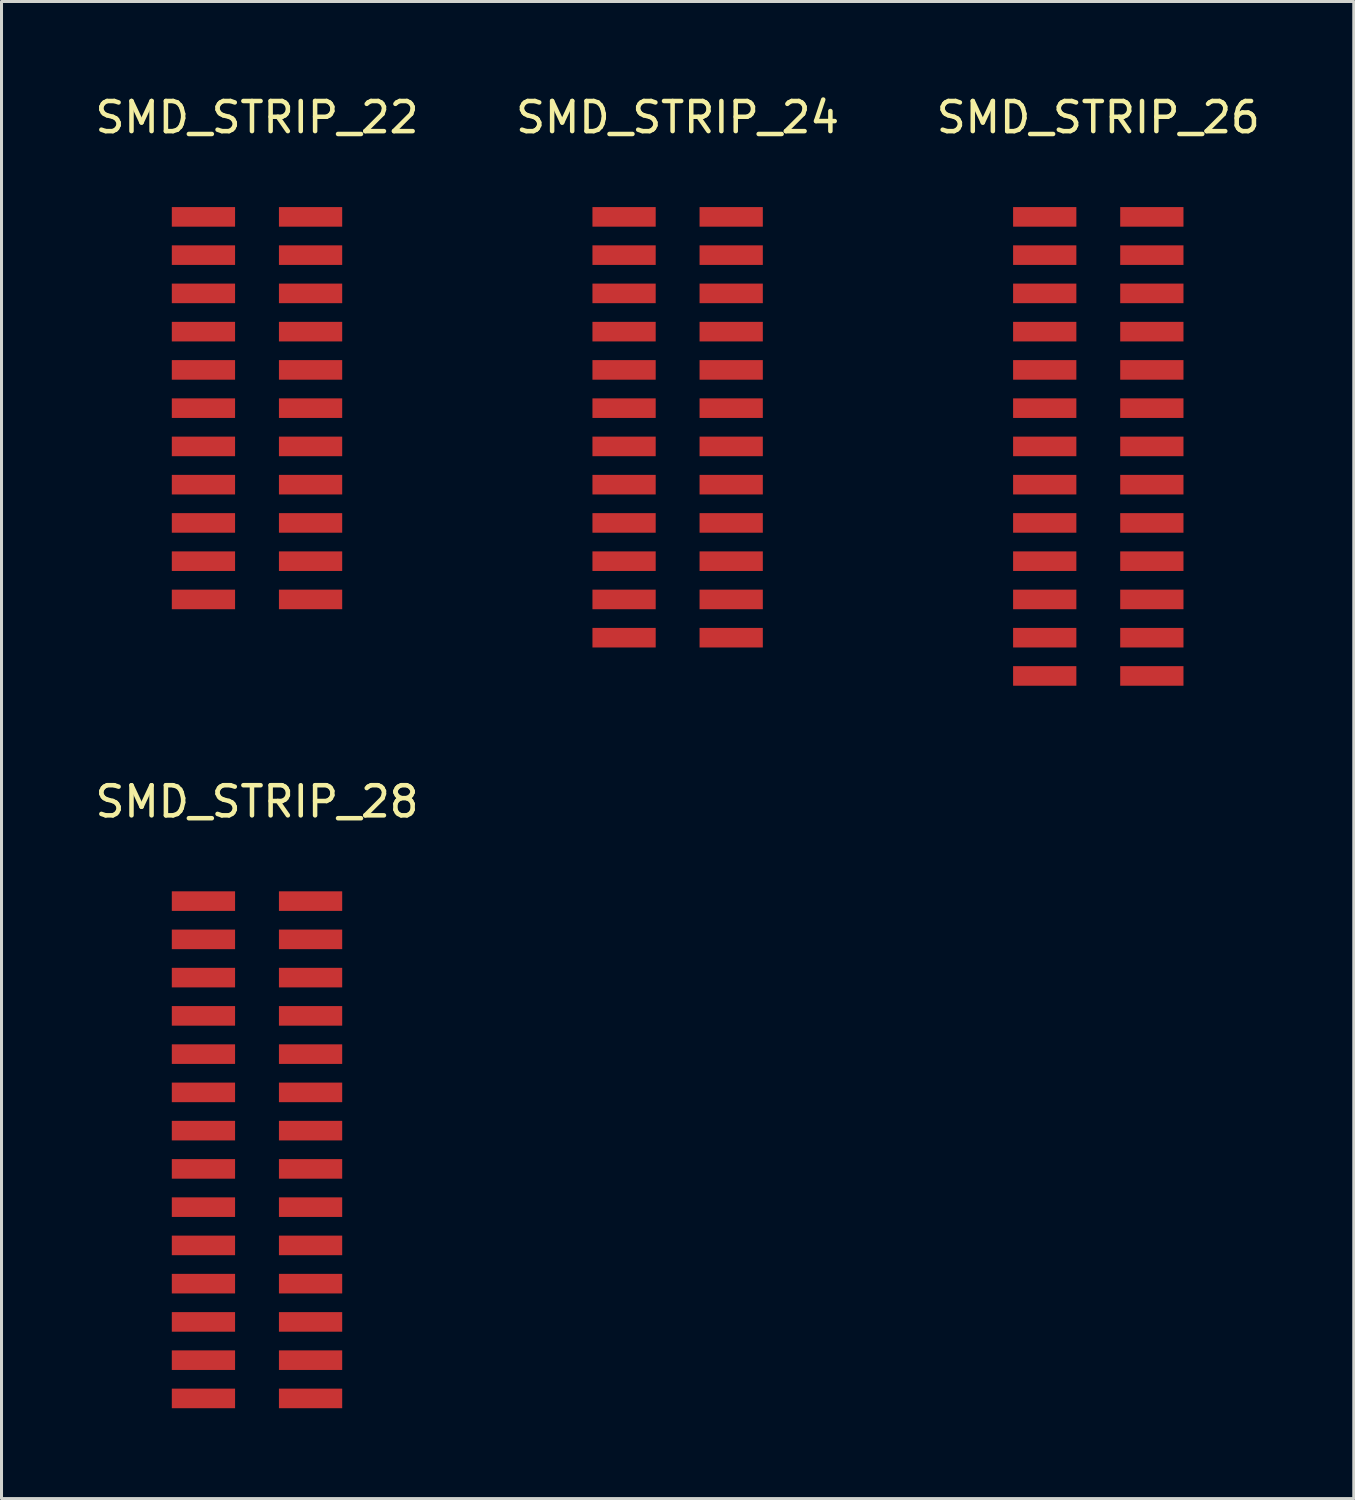
<source format=kicad_pcb>
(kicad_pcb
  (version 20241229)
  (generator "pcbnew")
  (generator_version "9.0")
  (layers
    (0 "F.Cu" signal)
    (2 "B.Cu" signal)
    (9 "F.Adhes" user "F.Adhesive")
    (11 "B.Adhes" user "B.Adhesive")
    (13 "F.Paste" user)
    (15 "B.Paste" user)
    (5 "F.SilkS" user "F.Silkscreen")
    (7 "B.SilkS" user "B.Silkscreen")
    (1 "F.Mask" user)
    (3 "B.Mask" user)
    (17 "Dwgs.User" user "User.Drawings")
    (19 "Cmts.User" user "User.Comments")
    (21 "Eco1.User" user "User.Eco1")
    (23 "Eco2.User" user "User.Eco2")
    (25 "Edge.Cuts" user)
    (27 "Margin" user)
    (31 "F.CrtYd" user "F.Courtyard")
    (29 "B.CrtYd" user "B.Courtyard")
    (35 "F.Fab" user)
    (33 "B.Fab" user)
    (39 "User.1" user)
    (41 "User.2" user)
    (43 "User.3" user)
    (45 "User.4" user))
  (footprint "SMD_STRIP_28"
    (layer "F.Cu")
    (at 5.482 33.215)
    (property "Reference" "SMD_STRIP_28" (at 0 -9.652 0) (layer "F.SilkS") (effects (font (size 1 1) (thickness 0.15))))
    (attr through_hole)
    (pad "1" smd rect (at -1.778 -6.35) (size 2.1 0.65) (layers "F.Cu" "F.Mask" "F.Paste"))
    (pad "2" smd rect (at 1.778 -6.35) (size 2.1 0.65) (layers "F.Cu" "F.Mask" "F.Paste"))
    (pad "3" smd rect (at -1.778 -5.08) (size 2.1 0.65) (layers "F.Cu" "F.Mask" "F.Paste"))
    (pad "4" smd rect (at 1.778 -5.08) (size 2.1 0.65) (layers "F.Cu" "F.Mask" "F.Paste"))
    (pad "5" smd rect (at -1.778 -3.81) (size 2.1 0.65) (layers "F.Cu" "F.Mask" "F.Paste"))
    (pad "6" smd rect (at 1.778 -3.81) (size 2.1 0.65) (layers "F.Cu" "F.Mask" "F.Paste"))
    (pad "7" smd rect (at -1.778 -2.54) (size 2.1 0.65) (layers "F.Cu" "F.Mask" "F.Paste"))
    (pad "8" smd rect (at 1.778 -2.54) (size 2.1 0.65) (layers "F.Cu" "F.Mask" "F.Paste"))
    (pad "9" smd rect (at -1.778 -1.27) (size 2.1 0.65) (layers "F.Cu" "F.Mask" "F.Paste"))
    (pad "10" smd rect (at 1.778 -1.27) (size 2.1 0.65) (layers "F.Cu" "F.Mask" "F.Paste"))
    (pad "11" smd rect (at -1.778 0) (size 2.1 0.65) (layers "F.Cu" "F.Mask" "F.Paste"))
    (pad "12" smd rect (at 1.778 0) (size 2.1 0.65) (layers "F.Cu" "F.Mask" "F.Paste"))
    (pad "13" smd rect (at -1.778 1.27) (size 2.1 0.65) (layers "F.Cu" "F.Mask" "F.Paste"))
    (pad "14" smd rect (at 1.778 1.27) (size 2.1 0.65) (layers "F.Cu" "F.Mask" "F.Paste"))
    (pad "15" smd rect (at -1.778 2.54) (size 2.1 0.65) (layers "F.Cu" "F.Mask" "F.Paste"))
    (pad "16" smd rect (at 1.778 2.54) (size 2.1 0.65) (layers "F.Cu" "F.Mask" "F.Paste"))
    (pad "17" smd rect (at -1.778 3.81) (size 2.1 0.65) (layers "F.Cu" "F.Mask" "F.Paste"))
    (pad "18" smd rect (at 1.778 3.81) (size 2.1 0.65) (layers "F.Cu" "F.Mask" "F.Paste"))
    (pad "19" smd rect (at -1.778 5.08) (size 2.1 0.65) (layers "F.Cu" "F.Mask" "F.Paste"))
    (pad "20" smd rect (at 1.778 5.08) (size 2.1 0.65) (layers "F.Cu" "F.Mask" "F.Paste"))
    (pad "21" smd rect (at -1.778 6.35) (size 2.1 0.65) (layers "F.Cu" "F.Mask" "F.Paste"))
    (pad "22" smd rect (at 1.778 6.35) (size 2.1 0.65) (layers "F.Cu" "F.Mask" "F.Paste"))
    (pad "23" smd rect (at -1.778 7.62) (size 2.1 0.65) (layers "F.Cu" "F.Mask" "F.Paste"))
    (pad "24" smd rect (at 1.778 7.62) (size 2.1 0.65) (layers "F.Cu" "F.Mask" "F.Paste"))
    (pad "25" smd rect (at -1.778 8.89) (size 2.1 0.65) (layers "F.Cu" "F.Mask" "F.Paste"))
    (pad "26" smd rect (at 1.778 8.89) (size 2.1 0.65) (layers "F.Cu" "F.Mask" "F.Paste"))
    (pad "27" smd rect (at -1.778 10.16) (size 2.1 0.65) (layers "F.Cu" "F.Mask" "F.Paste"))
    (pad "28" smd rect (at 1.778 10.16) (size 2.1 0.65) (layers "F.Cu" "F.Mask" "F.Paste")))
  (footprint "SMD_STRIP_22"
    (layer "F.Cu")
    (at 5.482 10.5)
    (property "Reference" "SMD_STRIP_22" (at 0 -9.652 0) (layer "F.SilkS") (effects (font (size 1 1) (thickness 0.15))))
    (attr through_hole)
    (pad "1" smd rect (at -1.778 -6.35) (size 2.1 0.65) (layers "F.Cu" "F.Mask" "F.Paste"))
    (pad "2" smd rect (at 1.778 -6.35) (size 2.1 0.65) (layers "F.Cu" "F.Mask" "F.Paste"))
    (pad "3" smd rect (at -1.778 -5.08) (size 2.1 0.65) (layers "F.Cu" "F.Mask" "F.Paste"))
    (pad "4" smd rect (at 1.778 -5.08) (size 2.1 0.65) (layers "F.Cu" "F.Mask" "F.Paste"))
    (pad "5" smd rect (at -1.778 -3.81) (size 2.1 0.65) (layers "F.Cu" "F.Mask" "F.Paste"))
    (pad "6" smd rect (at 1.778 -3.81) (size 2.1 0.65) (layers "F.Cu" "F.Mask" "F.Paste"))
    (pad "7" smd rect (at -1.778 -2.54) (size 2.1 0.65) (layers "F.Cu" "F.Mask" "F.Paste"))
    (pad "8" smd rect (at 1.778 -2.54) (size 2.1 0.65) (layers "F.Cu" "F.Mask" "F.Paste"))
    (pad "9" smd rect (at -1.778 -1.27) (size 2.1 0.65) (layers "F.Cu" "F.Mask" "F.Paste"))
    (pad "10" smd rect (at 1.778 -1.27) (size 2.1 0.65) (layers "F.Cu" "F.Mask" "F.Paste"))
    (pad "11" smd rect (at -1.778 0) (size 2.1 0.65) (layers "F.Cu" "F.Mask" "F.Paste"))
    (pad "12" smd rect (at 1.778 0) (size 2.1 0.65) (layers "F.Cu" "F.Mask" "F.Paste"))
    (pad "13" smd rect (at -1.778 1.27) (size 2.1 0.65) (layers "F.Cu" "F.Mask" "F.Paste"))
    (pad "14" smd rect (at 1.778 1.27) (size 2.1 0.65) (layers "F.Cu" "F.Mask" "F.Paste"))
    (pad "15" smd rect (at -1.778 2.54) (size 2.1 0.65) (layers "F.Cu" "F.Mask" "F.Paste"))
    (pad "16" smd rect (at 1.778 2.54) (size 2.1 0.65) (layers "F.Cu" "F.Mask" "F.Paste"))
    (pad "17" smd rect (at -1.778 3.81) (size 2.1 0.65) (layers "F.Cu" "F.Mask" "F.Paste"))
    (pad "18" smd rect (at 1.778 3.81) (size 2.1 0.65) (layers "F.Cu" "F.Mask" "F.Paste"))
    (pad "19" smd rect (at -1.778 5.08) (size 2.1 0.65) (layers "F.Cu" "F.Mask" "F.Paste"))
    (pad "20" smd rect (at 1.778 5.08) (size 2.1 0.65) (layers "F.Cu" "F.Mask" "F.Paste"))
    (pad "21" smd rect (at -1.778 6.35) (size 2.1 0.65) (layers "F.Cu" "F.Mask" "F.Paste"))
    (pad "22" smd rect (at 1.778 6.35) (size 2.1 0.65) (layers "F.Cu" "F.Mask" "F.Paste")))
  (footprint "SMD_STRIP_24"
    (layer "F.Cu")
    (at 19.446 10.5)
    (property "Reference" "SMD_STRIP_24" (at 0 -9.652 0) (layer "F.SilkS") (effects (font (size 1 1) (thickness 0.15))))
    (attr through_hole)
    (pad "1" smd rect (at -1.778 -6.35) (size 2.1 0.65) (layers "F.Cu" "F.Mask" "F.Paste"))
    (pad "2" smd rect (at 1.778 -6.35) (size 2.1 0.65) (layers "F.Cu" "F.Mask" "F.Paste"))
    (pad "3" smd rect (at -1.778 -5.08) (size 2.1 0.65) (layers "F.Cu" "F.Mask" "F.Paste"))
    (pad "4" smd rect (at 1.778 -5.08) (size 2.1 0.65) (layers "F.Cu" "F.Mask" "F.Paste"))
    (pad "5" smd rect (at -1.778 -3.81) (size 2.1 0.65) (layers "F.Cu" "F.Mask" "F.Paste"))
    (pad "6" smd rect (at 1.778 -3.81) (size 2.1 0.65) (layers "F.Cu" "F.Mask" "F.Paste"))
    (pad "7" smd rect (at -1.778 -2.54) (size 2.1 0.65) (layers "F.Cu" "F.Mask" "F.Paste"))
    (pad "8" smd rect (at 1.778 -2.54) (size 2.1 0.65) (layers "F.Cu" "F.Mask" "F.Paste"))
    (pad "9" smd rect (at -1.778 -1.27) (size 2.1 0.65) (layers "F.Cu" "F.Mask" "F.Paste"))
    (pad "10" smd rect (at 1.778 -1.27) (size 2.1 0.65) (layers "F.Cu" "F.Mask" "F.Paste"))
    (pad "11" smd rect (at -1.778 0) (size 2.1 0.65) (layers "F.Cu" "F.Mask" "F.Paste"))
    (pad "12" smd rect (at 1.778 0) (size 2.1 0.65) (layers "F.Cu" "F.Mask" "F.Paste"))
    (pad "13" smd rect (at -1.778 1.27) (size 2.1 0.65) (layers "F.Cu" "F.Mask" "F.Paste"))
    (pad "14" smd rect (at 1.778 1.27) (size 2.1 0.65) (layers "F.Cu" "F.Mask" "F.Paste"))
    (pad "15" smd rect (at -1.778 2.54) (size 2.1 0.65) (layers "F.Cu" "F.Mask" "F.Paste"))
    (pad "16" smd rect (at 1.778 2.54) (size 2.1 0.65) (layers "F.Cu" "F.Mask" "F.Paste"))
    (pad "17" smd rect (at -1.778 3.81) (size 2.1 0.65) (layers "F.Cu" "F.Mask" "F.Paste"))
    (pad "18" smd rect (at 1.778 3.81) (size 2.1 0.65) (layers "F.Cu" "F.Mask" "F.Paste"))
    (pad "19" smd rect (at -1.778 5.08) (size 2.1 0.65) (layers "F.Cu" "F.Mask" "F.Paste"))
    (pad "20" smd rect (at 1.778 5.08) (size 2.1 0.65) (layers "F.Cu" "F.Mask" "F.Paste"))
    (pad "21" smd rect (at -1.778 6.35) (size 2.1 0.65) (layers "F.Cu" "F.Mask" "F.Paste"))
    (pad "22" smd rect (at 1.778 6.35) (size 2.1 0.65) (layers "F.Cu" "F.Mask" "F.Paste"))
    (pad "23" smd rect (at -1.778 7.62) (size 2.1 0.65) (layers "F.Cu" "F.Mask" "F.Paste"))
    (pad "24" smd rect (at 1.778 7.62) (size 2.1 0.65) (layers "F.Cu" "F.Mask" "F.Paste")))
  (footprint "SMD_STRIP_26"
    (layer "F.Cu")
    (at 33.411 10.5)
    (property "Reference" "SMD_STRIP_26" (at 0 -9.652 0) (layer "F.SilkS") (effects (font (size 1 1) (thickness 0.15))))
    (attr through_hole)
    (pad "1" smd rect (at -1.778 -6.35) (size 2.1 0.65) (layers "F.Cu" "F.Mask" "F.Paste"))
    (pad "2" smd rect (at 1.778 -6.35) (size 2.1 0.65) (layers "F.Cu" "F.Mask" "F.Paste"))
    (pad "3" smd rect (at -1.778 -5.08) (size 2.1 0.65) (layers "F.Cu" "F.Mask" "F.Paste"))
    (pad "4" smd rect (at 1.778 -5.08) (size 2.1 0.65) (layers "F.Cu" "F.Mask" "F.Paste"))
    (pad "5" smd rect (at -1.778 -3.81) (size 2.1 0.65) (layers "F.Cu" "F.Mask" "F.Paste"))
    (pad "6" smd rect (at 1.778 -3.81) (size 2.1 0.65) (layers "F.Cu" "F.Mask" "F.Paste"))
    (pad "7" smd rect (at -1.778 -2.54) (size 2.1 0.65) (layers "F.Cu" "F.Mask" "F.Paste"))
    (pad "8" smd rect (at 1.778 -2.54) (size 2.1 0.65) (layers "F.Cu" "F.Mask" "F.Paste"))
    (pad "9" smd rect (at -1.778 -1.27) (size 2.1 0.65) (layers "F.Cu" "F.Mask" "F.Paste"))
    (pad "10" smd rect (at 1.778 -1.27) (size 2.1 0.65) (layers "F.Cu" "F.Mask" "F.Paste"))
    (pad "11" smd rect (at -1.778 0) (size 2.1 0.65) (layers "F.Cu" "F.Mask" "F.Paste"))
    (pad "12" smd rect (at 1.778 0) (size 2.1 0.65) (layers "F.Cu" "F.Mask" "F.Paste"))
    (pad "13" smd rect (at -1.778 1.27) (size 2.1 0.65) (layers "F.Cu" "F.Mask" "F.Paste"))
    (pad "14" smd rect (at 1.778 1.27) (size 2.1 0.65) (layers "F.Cu" "F.Mask" "F.Paste"))
    (pad "15" smd rect (at -1.778 2.54) (size 2.1 0.65) (layers "F.Cu" "F.Mask" "F.Paste"))
    (pad "16" smd rect (at 1.778 2.54) (size 2.1 0.65) (layers "F.Cu" "F.Mask" "F.Paste"))
    (pad "17" smd rect (at -1.778 3.81) (size 2.1 0.65) (layers "F.Cu" "F.Mask" "F.Paste"))
    (pad "18" smd rect (at 1.778 3.81) (size 2.1 0.65) (layers "F.Cu" "F.Mask" "F.Paste"))
    (pad "19" smd rect (at -1.778 5.08) (size 2.1 0.65) (layers "F.Cu" "F.Mask" "F.Paste"))
    (pad "20" smd rect (at 1.778 5.08) (size 2.1 0.65) (layers "F.Cu" "F.Mask" "F.Paste"))
    (pad "21" smd rect (at -1.778 6.35) (size 2.1 0.65) (layers "F.Cu" "F.Mask" "F.Paste"))
    (pad "22" smd rect (at 1.778 6.35) (size 2.1 0.65) (layers "F.Cu" "F.Mask" "F.Paste"))
    (pad "23" smd rect (at -1.778 7.62) (size 2.1 0.65) (layers "F.Cu" "F.Mask" "F.Paste"))
    (pad "24" smd rect (at 1.778 7.62) (size 2.1 0.65) (layers "F.Cu" "F.Mask" "F.Paste"))
    (pad "25" smd rect (at -1.778 8.89) (size 2.1 0.65) (layers "F.Cu" "F.Mask" "F.Paste"))
    (pad "26" smd rect (at 1.778 8.89) (size 2.1 0.65) (layers "F.Cu" "F.Mask" "F.Paste")))
  (gr_rect
    (start -3 -3)
    (end 41.893 46.7)
    (stroke (width 0.1) (type default))
    (fill no)
    (layer "Edge.Cuts")))
</source>
